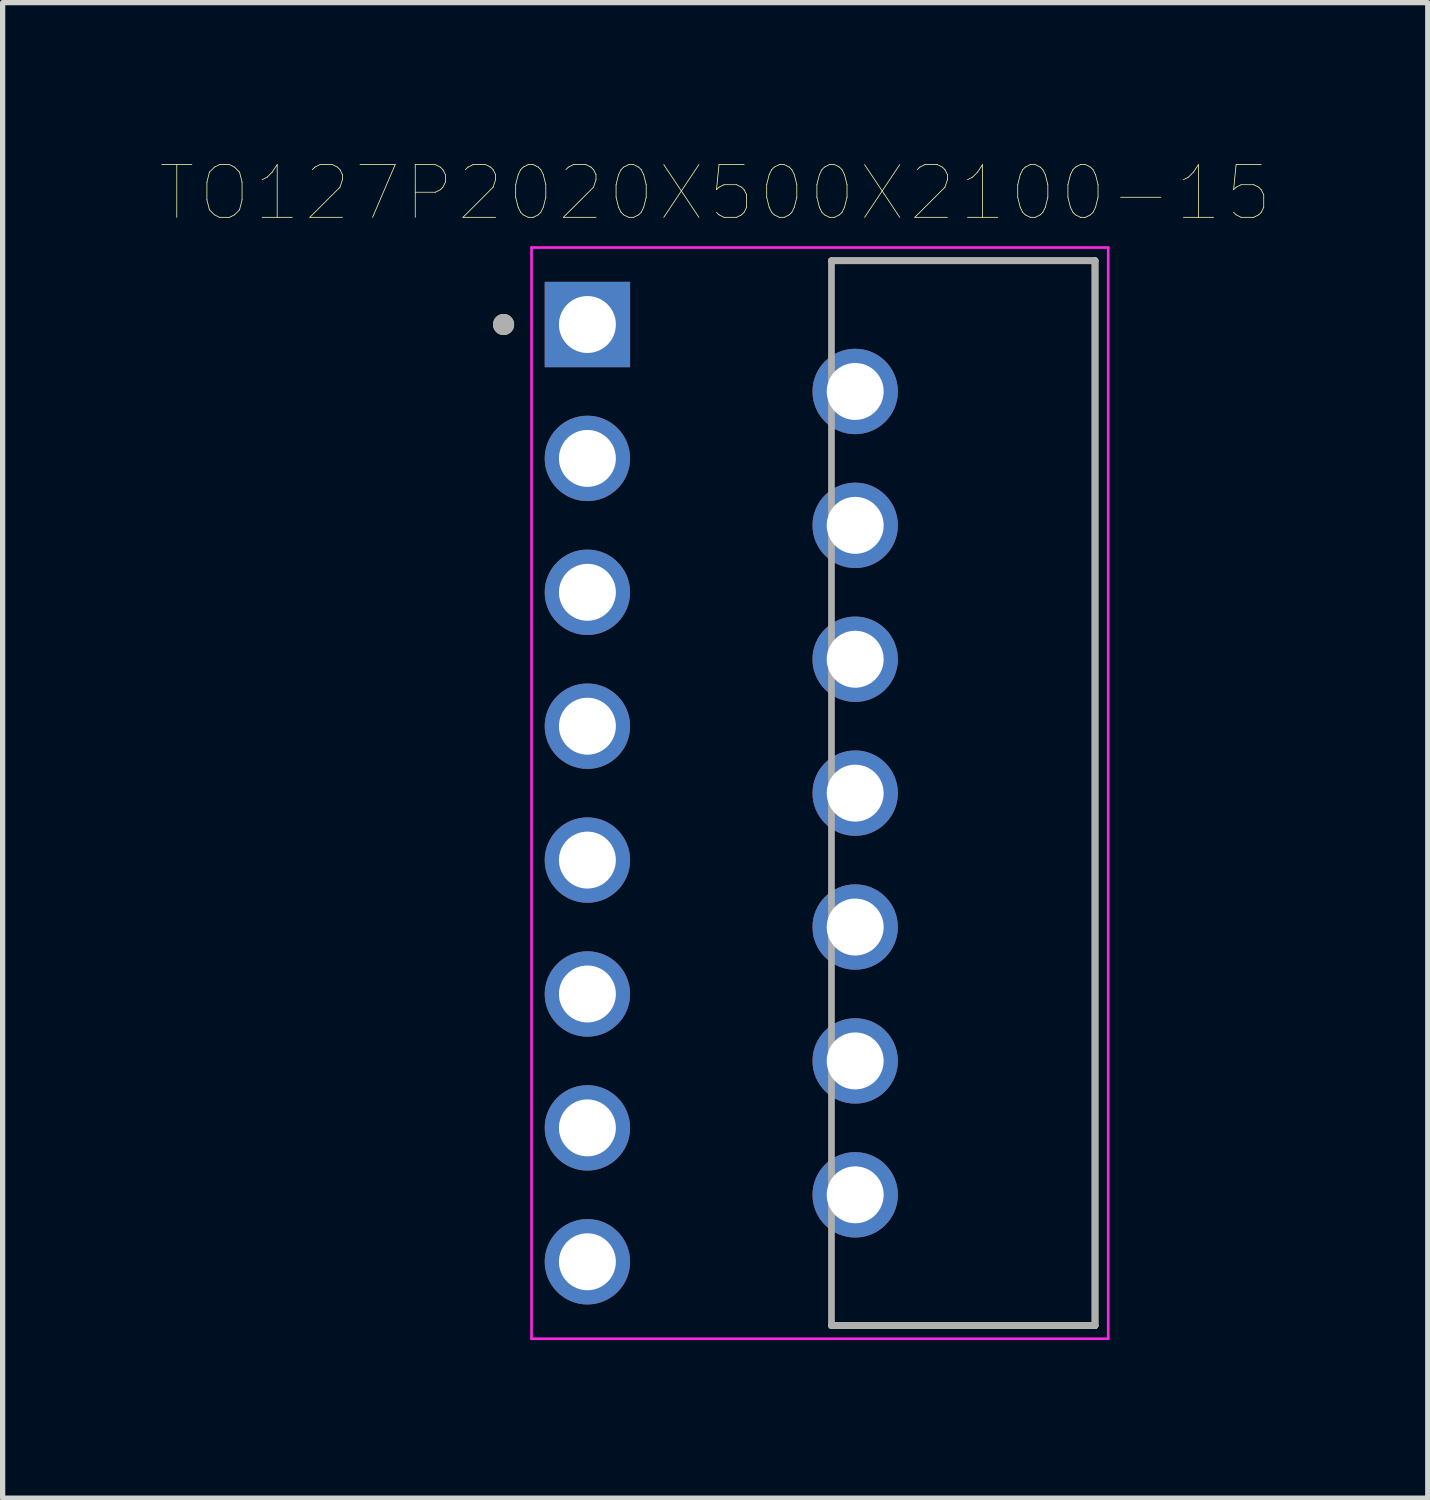
<source format=kicad_pcb>
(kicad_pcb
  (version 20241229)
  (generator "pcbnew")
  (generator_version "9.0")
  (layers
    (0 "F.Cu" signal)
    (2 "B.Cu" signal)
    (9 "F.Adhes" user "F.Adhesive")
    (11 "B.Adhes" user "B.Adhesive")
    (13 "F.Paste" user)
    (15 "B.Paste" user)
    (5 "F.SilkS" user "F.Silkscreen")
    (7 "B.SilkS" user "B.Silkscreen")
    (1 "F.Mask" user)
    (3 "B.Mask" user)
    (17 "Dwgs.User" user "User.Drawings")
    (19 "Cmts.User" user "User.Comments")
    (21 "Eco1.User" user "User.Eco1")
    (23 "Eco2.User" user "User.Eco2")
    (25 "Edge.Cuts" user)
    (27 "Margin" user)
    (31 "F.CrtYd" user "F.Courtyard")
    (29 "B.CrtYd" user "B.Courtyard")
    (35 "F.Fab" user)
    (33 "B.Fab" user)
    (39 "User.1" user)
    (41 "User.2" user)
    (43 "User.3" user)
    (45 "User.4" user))
  (footprint "TO127P2020X500X2100-15"
    (layer "F.Cu")
    (at 8.093 3.106)
    (property "Reference" "TO127P2020X500X2100-15" (at 2.425 -2.495 0) (layer "F.SilkS") (effects (font (size 1 1) (thickness 0.015))))
    (attr through_hole)
    (fp_line (start 4.63 18.99) (end 9.63 18.99) (stroke (width 0.127) (type solid)) (layer "F.SilkS"))
    (fp_line (start 9.63 -1.21) (end 4.63 -1.21) (stroke (width 0.127) (type solid)) (layer "F.SilkS"))
    (fp_line (start 9.63 18.99) (end 9.63 -1.21) (stroke (width 0.127) (type solid)) (layer "F.SilkS"))
    (fp_circle (center -1.59 0) (end -1.49 0) (stroke (width 0.2) (type solid)) (fill no) (layer "F.SilkS"))
    (fp_line (start -1.06 -1.46) (end -1.06 19.24) (stroke (width 0.05) (type solid)) (layer "F.CrtYd"))
    (fp_line (start -1.06 19.24) (end 9.88 19.24) (stroke (width 0.05) (type solid)) (layer "F.CrtYd"))
    (fp_line (start 9.88 -1.46) (end -1.06 -1.46) (stroke (width 0.05) (type solid)) (layer "F.CrtYd"))
    (fp_line (start 9.88 19.24) (end 9.88 -1.46) (stroke (width 0.05) (type solid)) (layer "F.CrtYd"))
    (fp_line (start 4.63 -1.21) (end 4.63 18.99) (stroke (width 0.127) (type solid)) (layer "F.Fab"))
    (fp_line (start 4.63 18.99) (end 9.63 18.99) (stroke (width 0.127) (type solid)) (layer "F.Fab"))
    (fp_line (start 9.63 -1.21) (end 4.63 -1.21) (stroke (width 0.127) (type solid)) (layer "F.Fab"))
    (fp_line (start 9.63 18.99) (end 9.63 -1.21) (stroke (width 0.127) (type solid)) (layer "F.Fab"))
    (fp_circle (center -1.59 0) (end -1.49 0) (stroke (width 0.2) (type solid)) (fill no) (layer "F.Fab"))
    (pad "1" thru_hole rect (at 0 0) (size 1.62 1.62) (drill 1.08) (layers "*.Cu" "*.Mask"))
    (pad "2" thru_hole circle (at 5.08 1.27) (size 1.62 1.62) (drill 1.08) (layers "*.Cu" "*.Mask"))
    (pad "3" thru_hole circle (at 0 2.54) (size 1.62 1.62) (drill 1.08) (layers "*.Cu" "*.Mask"))
    (pad "4" thru_hole circle (at 5.08 3.81) (size 1.62 1.62) (drill 1.08) (layers "*.Cu" "*.Mask"))
    (pad "5" thru_hole circle (at 0 5.08) (size 1.62 1.62) (drill 1.08) (layers "*.Cu" "*.Mask"))
    (pad "6" thru_hole circle (at 5.08 6.35) (size 1.62 1.62) (drill 1.08) (layers "*.Cu" "*.Mask"))
    (pad "7" thru_hole circle (at 0 7.62) (size 1.62 1.62) (drill 1.08) (layers "*.Cu" "*.Mask"))
    (pad "8" thru_hole circle (at 5.08 8.89) (size 1.62 1.62) (drill 1.08) (layers "*.Cu" "*.Mask"))
    (pad "9" thru_hole circle (at 0 10.16) (size 1.62 1.62) (drill 1.08) (layers "*.Cu" "*.Mask"))
    (pad "10" thru_hole circle (at 5.08 11.43) (size 1.62 1.62) (drill 1.08) (layers "*.Cu" "*.Mask"))
    (pad "11" thru_hole circle (at 0 12.7) (size 1.62 1.62) (drill 1.08) (layers "*.Cu" "*.Mask"))
    (pad "12" thru_hole circle (at 5.08 13.97) (size 1.62 1.62) (drill 1.08) (layers "*.Cu" "*.Mask"))
    (pad "13" thru_hole circle (at 0 15.24) (size 1.62 1.62) (drill 1.08) (layers "*.Cu" "*.Mask"))
    (pad "14" thru_hole circle (at 5.08 16.51) (size 1.62 1.62) (drill 1.08) (layers "*.Cu" "*.Mask"))
    (pad "15" thru_hole circle (at 0 17.78) (size 1.62 1.62) (drill 1.08) (layers "*.Cu" "*.Mask")))
  (gr_rect
    (start -3 -3)
    (end 24.035 25.371)
    (stroke (width 0.1) (type default))
    (fill no)
    (layer "Edge.Cuts")))
</source>
